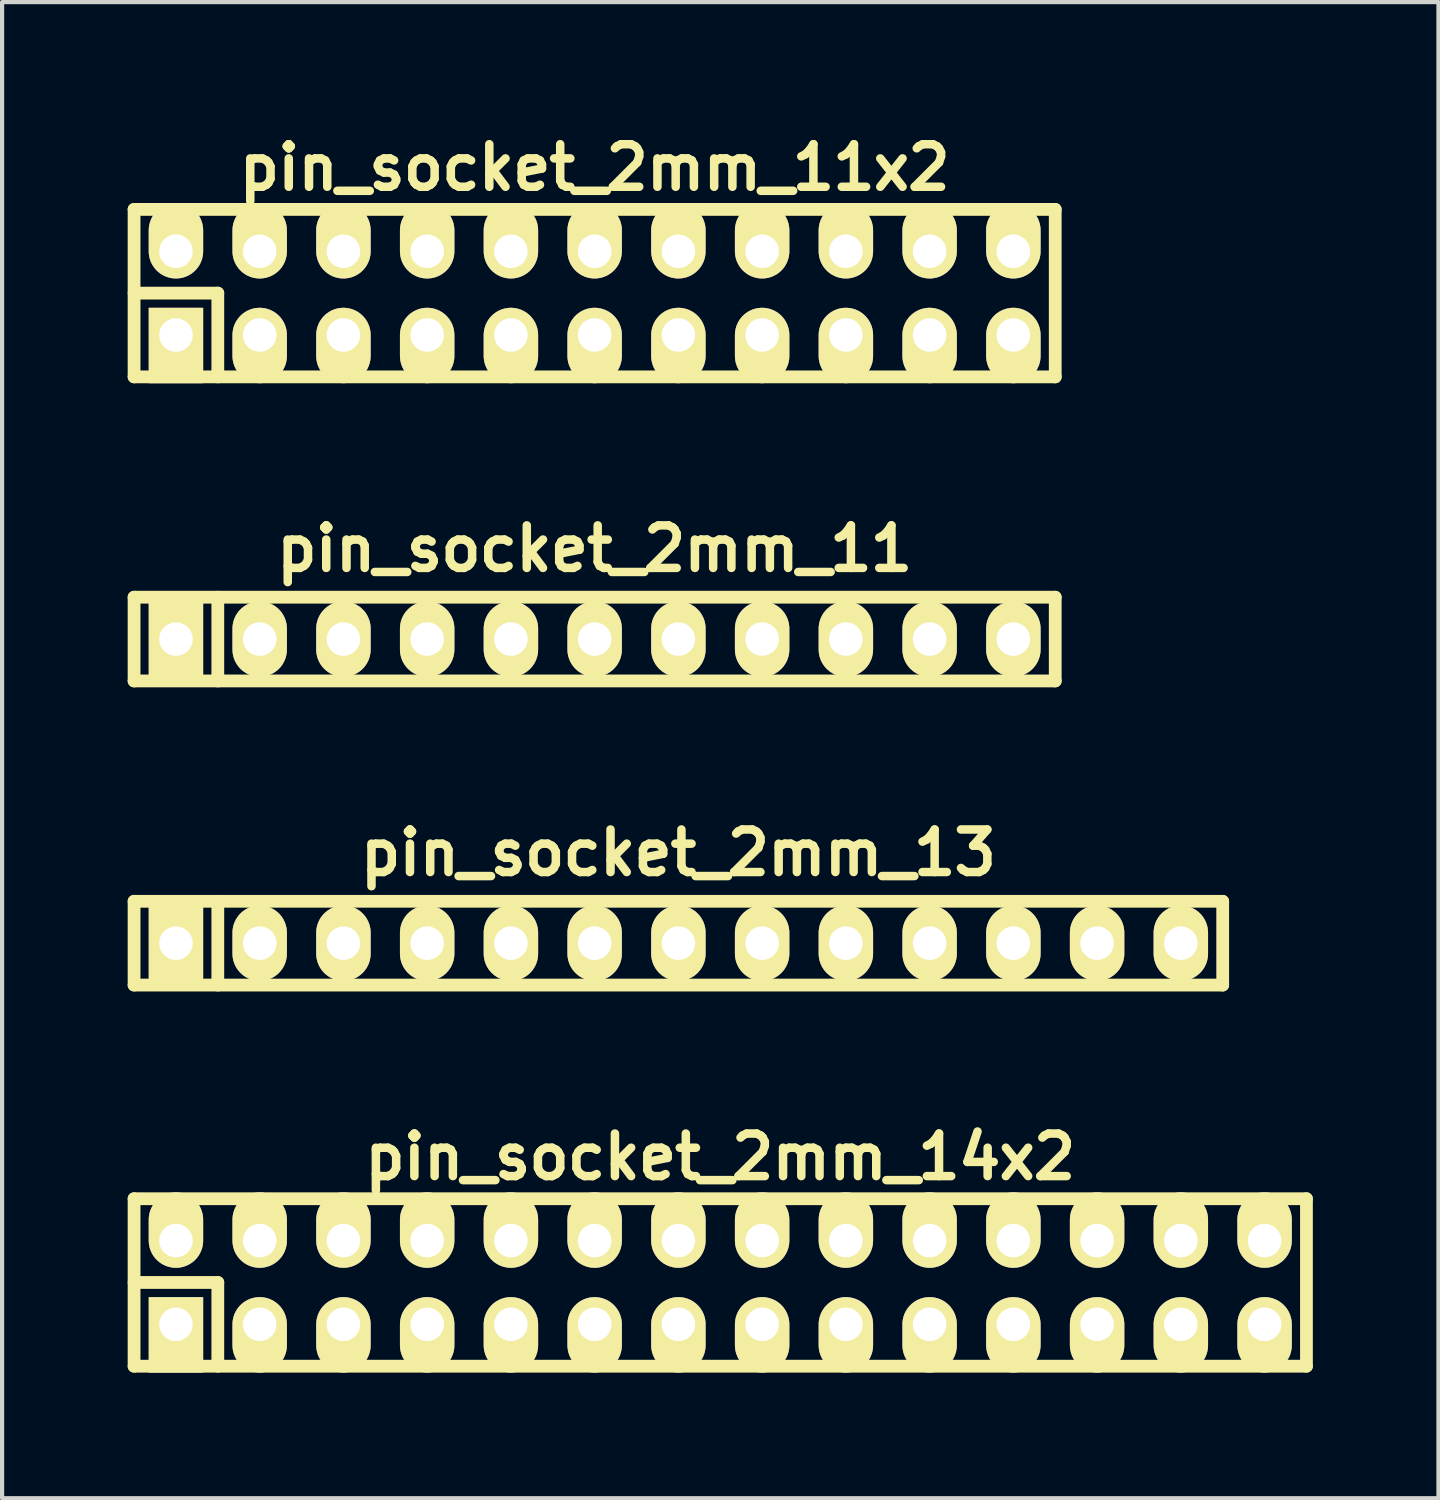
<source format=kicad_pcb>
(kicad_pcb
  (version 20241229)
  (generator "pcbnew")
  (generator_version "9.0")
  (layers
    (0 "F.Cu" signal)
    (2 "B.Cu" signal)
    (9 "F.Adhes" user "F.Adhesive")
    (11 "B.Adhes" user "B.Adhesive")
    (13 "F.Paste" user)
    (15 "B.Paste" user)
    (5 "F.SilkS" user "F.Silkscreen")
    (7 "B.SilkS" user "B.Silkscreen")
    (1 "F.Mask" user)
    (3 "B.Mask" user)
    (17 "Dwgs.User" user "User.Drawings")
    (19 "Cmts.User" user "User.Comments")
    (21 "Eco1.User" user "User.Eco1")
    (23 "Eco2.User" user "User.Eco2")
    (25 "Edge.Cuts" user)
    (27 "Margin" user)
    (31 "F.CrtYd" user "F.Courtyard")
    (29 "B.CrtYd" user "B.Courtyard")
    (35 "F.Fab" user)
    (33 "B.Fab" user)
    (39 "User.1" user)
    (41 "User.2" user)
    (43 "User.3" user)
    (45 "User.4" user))
  (footprint "pin_socket_2mm_11x2"
    (layer "F.Cu")
    (at 11.152 3.951)
    (property "Reference" "pin_socket_2mm_11x2" (at 0 -3 0) (layer "F.SilkS") (effects (font (size 1.016 1.016) (thickness 0.203))))
    (attr through_hole)
    (fp_line (start -11 -2) (end 11 -2) (stroke (width 0.305) (type solid)) (layer "F.SilkS"))
    (fp_line (start -11 0) (end -9 0) (stroke (width 0.305) (type solid)) (layer "F.SilkS"))
    (fp_line (start -11 2) (end -11 -2) (stroke (width 0.305) (type solid)) (layer "F.SilkS"))
    (fp_line (start -9 0) (end -9 2) (stroke (width 0.305) (type solid)) (layer "F.SilkS"))
    (fp_line (start 11 -2) (end 11 2) (stroke (width 0.305) (type solid)) (layer "F.SilkS"))
    (fp_line (start 11 2) (end -11 2) (stroke (width 0.305) (type solid)) (layer "F.SilkS"))
    (pad "1" thru_hole rect (at -10 1) (size 1.3 1.8) (drill 0.8 (offset 0 0.25)) (layers "*.Cu" "*.Mask" "F.SilkS"))
    (pad "2" thru_hole oval (at -10 -1) (size 1.3 1.8) (drill 0.8 (offset 0 -0.25)) (layers "*.Cu" "*.Mask" "F.SilkS"))
    (pad "3" thru_hole oval (at -8 1) (size 1.3 1.8) (drill 0.8 (offset 0 0.25)) (layers "*.Cu" "*.Mask" "F.SilkS"))
    (pad "4" thru_hole oval (at -8 -1) (size 1.3 1.8) (drill 0.8 (offset 0 -0.25)) (layers "*.Cu" "*.Mask" "F.SilkS"))
    (pad "5" thru_hole oval (at -6 1) (size 1.3 1.8) (drill 0.8 (offset 0 0.25)) (layers "*.Cu" "*.Mask" "F.SilkS"))
    (pad "6" thru_hole oval (at -6 -1) (size 1.3 1.8) (drill 0.8 (offset 0 -0.25)) (layers "*.Cu" "*.Mask" "F.SilkS"))
    (pad "7" thru_hole oval (at -4 1) (size 1.3 1.8) (drill 0.8 (offset 0 0.25)) (layers "*.Cu" "*.Mask" "F.SilkS"))
    (pad "8" thru_hole oval (at -4 -1) (size 1.3 1.8) (drill 0.8 (offset 0 -0.25)) (layers "*.Cu" "*.Mask" "F.SilkS"))
    (pad "9" thru_hole oval (at -2 1) (size 1.3 1.8) (drill 0.8 (offset 0 0.25)) (layers "*.Cu" "*.Mask" "F.SilkS"))
    (pad "10" thru_hole oval (at -2 -1) (size 1.3 1.8) (drill 0.8 (offset 0 -0.25)) (layers "*.Cu" "*.Mask" "F.SilkS"))
    (pad "11" thru_hole oval (at 0 1) (size 1.3 1.8) (drill 0.8 (offset 0 0.25)) (layers "*.Cu" "*.Mask" "F.SilkS"))
    (pad "12" thru_hole oval (at 0 -1) (size 1.3 1.8) (drill 0.8 (offset 0 -0.25)) (layers "*.Cu" "*.Mask" "F.SilkS"))
    (pad "13" thru_hole oval (at 2 1) (size 1.3 1.8) (drill 0.8 (offset 0 0.25)) (layers "*.Cu" "*.Mask" "F.SilkS"))
    (pad "14" thru_hole oval (at 2 -1) (size 1.3 1.8) (drill 0.8 (offset 0 -0.25)) (layers "*.Cu" "*.Mask" "F.SilkS"))
    (pad "15" thru_hole oval (at 4 1) (size 1.3 1.8) (drill 0.8 (offset 0 0.25)) (layers "*.Cu" "*.Mask" "F.SilkS"))
    (pad "16" thru_hole oval (at 4 -1) (size 1.3 1.8) (drill 0.8 (offset 0 -0.25)) (layers "*.Cu" "*.Mask" "F.SilkS"))
    (pad "17" thru_hole oval (at 6 1) (size 1.3 1.8) (drill 0.8 (offset 0 0.25)) (layers "*.Cu" "*.Mask" "F.SilkS"))
    (pad "18" thru_hole oval (at 6 -1) (size 1.3 1.8) (drill 0.8 (offset 0 -0.25)) (layers "*.Cu" "*.Mask" "F.SilkS"))
    (pad "19" thru_hole oval (at 8 1) (size 1.3 1.8) (drill 0.8 (offset 0 0.25)) (layers "*.Cu" "*.Mask" "F.SilkS"))
    (pad "20" thru_hole oval (at 8 -1) (size 1.3 1.8) (drill 0.8 (offset 0 -0.25)) (layers "*.Cu" "*.Mask" "F.SilkS"))
    (pad "21" thru_hole oval (at 10 1) (size 1.3 1.8) (drill 0.8 (offset 0 0.25)) (layers "*.Cu" "*.Mask" "F.SilkS"))
    (pad "22" thru_hole oval (at 10 -1) (size 1.3 1.8) (drill 0.8 (offset 0 -0.25)) (layers "*.Cu" "*.Mask" "F.SilkS")))
  (footprint "pin_socket_2mm_14x2"
    (layer "F.Cu")
    (at 14.152 27.579)
    (property "Reference" "pin_socket_2mm_14x2" (at 0 -3 0) (layer "F.SilkS") (effects (font (size 1.016 1.016) (thickness 0.203))))
    (attr through_hole)
    (fp_line (start -14 -2) (end 14 -2) (stroke (width 0.305) (type solid)) (layer "F.SilkS"))
    (fp_line (start -14 0) (end -12 0) (stroke (width 0.305) (type solid)) (layer "F.SilkS"))
    (fp_line (start -14 2) (end -14 -2) (stroke (width 0.305) (type solid)) (layer "F.SilkS"))
    (fp_line (start -12 0) (end -12 2) (stroke (width 0.305) (type solid)) (layer "F.SilkS"))
    (fp_line (start 14 -2) (end 14 2) (stroke (width 0.305) (type solid)) (layer "F.SilkS"))
    (fp_line (start 14 2) (end -14 2) (stroke (width 0.305) (type solid)) (layer "F.SilkS"))
    (pad "1" thru_hole rect (at -13 1) (size 1.3 1.8) (drill 0.8 (offset 0 0.25)) (layers "*.Cu" "*.Mask" "F.SilkS"))
    (pad "2" thru_hole oval (at -13 -1) (size 1.3 1.8) (drill 0.8 (offset 0 -0.25)) (layers "*.Cu" "*.Mask" "F.SilkS"))
    (pad "3" thru_hole oval (at -11 1) (size 1.3 1.8) (drill 0.8 (offset 0 0.25)) (layers "*.Cu" "*.Mask" "F.SilkS"))
    (pad "4" thru_hole oval (at -11 -1) (size 1.3 1.8) (drill 0.8 (offset 0 -0.25)) (layers "*.Cu" "*.Mask" "F.SilkS"))
    (pad "5" thru_hole oval (at -9 1) (size 1.3 1.8) (drill 0.8 (offset 0 0.25)) (layers "*.Cu" "*.Mask" "F.SilkS"))
    (pad "6" thru_hole oval (at -9 -1) (size 1.3 1.8) (drill 0.8 (offset 0 -0.25)) (layers "*.Cu" "*.Mask" "F.SilkS"))
    (pad "7" thru_hole oval (at -7 1) (size 1.3 1.8) (drill 0.8 (offset 0 0.25)) (layers "*.Cu" "*.Mask" "F.SilkS"))
    (pad "8" thru_hole oval (at -7 -1) (size 1.3 1.8) (drill 0.8 (offset 0 -0.25)) (layers "*.Cu" "*.Mask" "F.SilkS"))
    (pad "9" thru_hole oval (at -5 1) (size 1.3 1.8) (drill 0.8 (offset 0 0.25)) (layers "*.Cu" "*.Mask" "F.SilkS"))
    (pad "10" thru_hole oval (at -5 -1) (size 1.3 1.8) (drill 0.8 (offset 0 -0.25)) (layers "*.Cu" "*.Mask" "F.SilkS"))
    (pad "11" thru_hole oval (at -3 1) (size 1.3 1.8) (drill 0.8 (offset 0 0.25)) (layers "*.Cu" "*.Mask" "F.SilkS"))
    (pad "12" thru_hole oval (at -3 -1) (size 1.3 1.8) (drill 0.8 (offset 0 -0.25)) (layers "*.Cu" "*.Mask" "F.SilkS"))
    (pad "13" thru_hole oval (at -1 1) (size 1.3 1.8) (drill 0.8 (offset 0 0.25)) (layers "*.Cu" "*.Mask" "F.SilkS"))
    (pad "14" thru_hole oval (at -1 -1) (size 1.3 1.8) (drill 0.8 (offset 0 -0.25)) (layers "*.Cu" "*.Mask" "F.SilkS"))
    (pad "15" thru_hole oval (at 1 1) (size 1.3 1.8) (drill 0.8 (offset 0 0.25)) (layers "*.Cu" "*.Mask" "F.SilkS"))
    (pad "16" thru_hole oval (at 1 -1) (size 1.3 1.8) (drill 0.8 (offset 0 -0.25)) (layers "*.Cu" "*.Mask" "F.SilkS"))
    (pad "17" thru_hole oval (at 3 1) (size 1.3 1.8) (drill 0.8 (offset 0 0.25)) (layers "*.Cu" "*.Mask" "F.SilkS"))
    (pad "18" thru_hole oval (at 3 -1) (size 1.3 1.8) (drill 0.8 (offset 0 -0.25)) (layers "*.Cu" "*.Mask" "F.SilkS"))
    (pad "19" thru_hole oval (at 5 1) (size 1.3 1.8) (drill 0.8 (offset 0 0.25)) (layers "*.Cu" "*.Mask" "F.SilkS"))
    (pad "20" thru_hole oval (at 5 -1) (size 1.3 1.8) (drill 0.8 (offset 0 -0.25)) (layers "*.Cu" "*.Mask" "F.SilkS"))
    (pad "21" thru_hole oval (at 7 1) (size 1.3 1.8) (drill 0.8 (offset 0 0.25)) (layers "*.Cu" "*.Mask" "F.SilkS"))
    (pad "22" thru_hole oval (at 7 -1) (size 1.3 1.8) (drill 0.8 (offset 0 -0.25)) (layers "*.Cu" "*.Mask" "F.SilkS"))
    (pad "23" thru_hole oval (at 9 1) (size 1.3 1.8) (drill 0.8 (offset 0 0.25)) (layers "*.Cu" "*.Mask" "F.SilkS"))
    (pad "24" thru_hole oval (at 9 -1) (size 1.3 1.8) (drill 0.8 (offset 0 -0.25)) (layers "*.Cu" "*.Mask" "F.SilkS"))
    (pad "25" thru_hole oval (at 11 1) (size 1.3 1.8) (drill 0.8 (offset 0 0.25)) (layers "*.Cu" "*.Mask" "F.SilkS"))
    (pad "26" thru_hole oval (at 11 -1) (size 1.3 1.8) (drill 0.8 (offset 0 -0.25)) (layers "*.Cu" "*.Mask" "F.SilkS"))
    (pad "27" thru_hole oval (at 13 1) (size 1.3 1.8) (drill 0.8 (offset 0 0.25)) (layers "*.Cu" "*.Mask" "F.SilkS"))
    (pad "28" thru_hole oval (at 13 -1) (size 1.3 1.8) (drill 0.8 (offset 0 -0.25)) (layers "*.Cu" "*.Mask" "F.SilkS")))
  (footprint "pin_socket_2mm_13"
    (layer "F.Cu")
    (at 13.152 19.476)
    (property "Reference" "pin_socket_2mm_13" (at 0 -2.159 0) (layer "F.SilkS") (effects (font (size 1.016 1.016) (thickness 0.203))))
    (attr through_hole)
    (fp_line (start -13 -1) (end 13 -1) (stroke (width 0.305) (type solid)) (layer "F.SilkS"))
    (fp_line (start -13 1) (end -13 -1) (stroke (width 0.305) (type solid)) (layer "F.SilkS"))
    (fp_line (start -11 -1) (end -11 1) (stroke (width 0.305) (type solid)) (layer "F.SilkS"))
    (fp_line (start 13 -1) (end 13 1) (stroke (width 0.305) (type solid)) (layer "F.SilkS"))
    (fp_line (start 13 1) (end -13 1) (stroke (width 0.305) (type solid)) (layer "F.SilkS"))
    (pad "1" thru_hole rect (at -12 0) (size 1.3 1.8) (drill 0.8) (layers "*.Cu" "*.Mask" "F.SilkS"))
    (pad "2" thru_hole oval (at -10 0) (size 1.3 1.8) (drill 0.8) (layers "*.Cu" "*.Mask" "F.SilkS"))
    (pad "3" thru_hole oval (at -8 0) (size 1.3 1.8) (drill 0.8) (layers "*.Cu" "*.Mask" "F.SilkS"))
    (pad "4" thru_hole oval (at -6 0) (size 1.3 1.8) (drill 0.8) (layers "*.Cu" "*.Mask" "F.SilkS"))
    (pad "5" thru_hole oval (at -4 0) (size 1.3 1.8) (drill 0.8) (layers "*.Cu" "*.Mask" "F.SilkS"))
    (pad "6" thru_hole oval (at -2 0) (size 1.3 1.8) (drill 0.8) (layers "*.Cu" "*.Mask" "F.SilkS"))
    (pad "7" thru_hole oval (at 0 0) (size 1.3 1.8) (drill 0.8) (layers "*.Cu" "*.Mask" "F.SilkS"))
    (pad "8" thru_hole oval (at 2 0) (size 1.3 1.8) (drill 0.8) (layers "*.Cu" "*.Mask" "F.SilkS"))
    (pad "9" thru_hole oval (at 4 0) (size 1.3 1.8) (drill 0.8) (layers "*.Cu" "*.Mask" "F.SilkS"))
    (pad "10" thru_hole oval (at 6 0) (size 1.3 1.8) (drill 0.8) (layers "*.Cu" "*.Mask" "F.SilkS"))
    (pad "11" thru_hole oval (at 8 0) (size 1.3 1.8) (drill 0.8) (layers "*.Cu" "*.Mask" "F.SilkS"))
    (pad "12" thru_hole oval (at 10 0) (size 1.3 1.8) (drill 0.8) (layers "*.Cu" "*.Mask" "F.SilkS"))
    (pad "13" thru_hole oval (at 12 0) (size 1.3 1.8) (drill 0.8) (layers "*.Cu" "*.Mask" "F.SilkS")))
  (footprint "pin_socket_2mm_11"
    (layer "F.Cu")
    (at 11.152 12.213)
    (property "Reference" "pin_socket_2mm_11" (at 0 -2.159 0) (layer "F.SilkS") (effects (font (size 1.016 1.016) (thickness 0.203))))
    (attr through_hole)
    (fp_line (start -11 -1) (end 11 -1) (stroke (width 0.305) (type solid)) (layer "F.SilkS"))
    (fp_line (start -11 1) (end -11 -1) (stroke (width 0.305) (type solid)) (layer "F.SilkS"))
    (fp_line (start -9 -1) (end -9 1) (stroke (width 0.305) (type solid)) (layer "F.SilkS"))
    (fp_line (start 11 -1) (end 11 1) (stroke (width 0.305) (type solid)) (layer "F.SilkS"))
    (fp_line (start 11 1) (end -11 1) (stroke (width 0.305) (type solid)) (layer "F.SilkS"))
    (pad "1" thru_hole rect (at -10 0) (size 1.3 1.8) (drill 0.8) (layers "*.Cu" "*.Mask" "F.SilkS"))
    (pad "2" thru_hole oval (at -8 0) (size 1.3 1.8) (drill 0.8) (layers "*.Cu" "*.Mask" "F.SilkS"))
    (pad "3" thru_hole oval (at -6 0) (size 1.3 1.8) (drill 0.8) (layers "*.Cu" "*.Mask" "F.SilkS"))
    (pad "4" thru_hole oval (at -4 0) (size 1.3 1.8) (drill 0.8) (layers "*.Cu" "*.Mask" "F.SilkS"))
    (pad "5" thru_hole oval (at -2 0) (size 1.3 1.8) (drill 0.8) (layers "*.Cu" "*.Mask" "F.SilkS"))
    (pad "6" thru_hole oval (at 0 0) (size 1.3 1.8) (drill 0.8) (layers "*.Cu" "*.Mask" "F.SilkS"))
    (pad "7" thru_hole oval (at 2 0) (size 1.3 1.8) (drill 0.8) (layers "*.Cu" "*.Mask" "F.SilkS"))
    (pad "8" thru_hole oval (at 4 0) (size 1.3 1.8) (drill 0.8) (layers "*.Cu" "*.Mask" "F.SilkS"))
    (pad "9" thru_hole oval (at 6 0) (size 1.3 1.8) (drill 0.8) (layers "*.Cu" "*.Mask" "F.SilkS"))
    (pad "10" thru_hole oval (at 8 0) (size 1.3 1.8) (drill 0.8) (layers "*.Cu" "*.Mask" "F.SilkS"))
    (pad "11" thru_hole oval (at 10 0) (size 1.3 1.8) (drill 0.8) (layers "*.Cu" "*.Mask" "F.SilkS")))
  (gr_rect
    (start -3 -3)
    (end 31.305 32.732)
    (stroke (width 0.1) (type default))
    (fill no)
    (layer "Edge.Cuts")))
</source>
